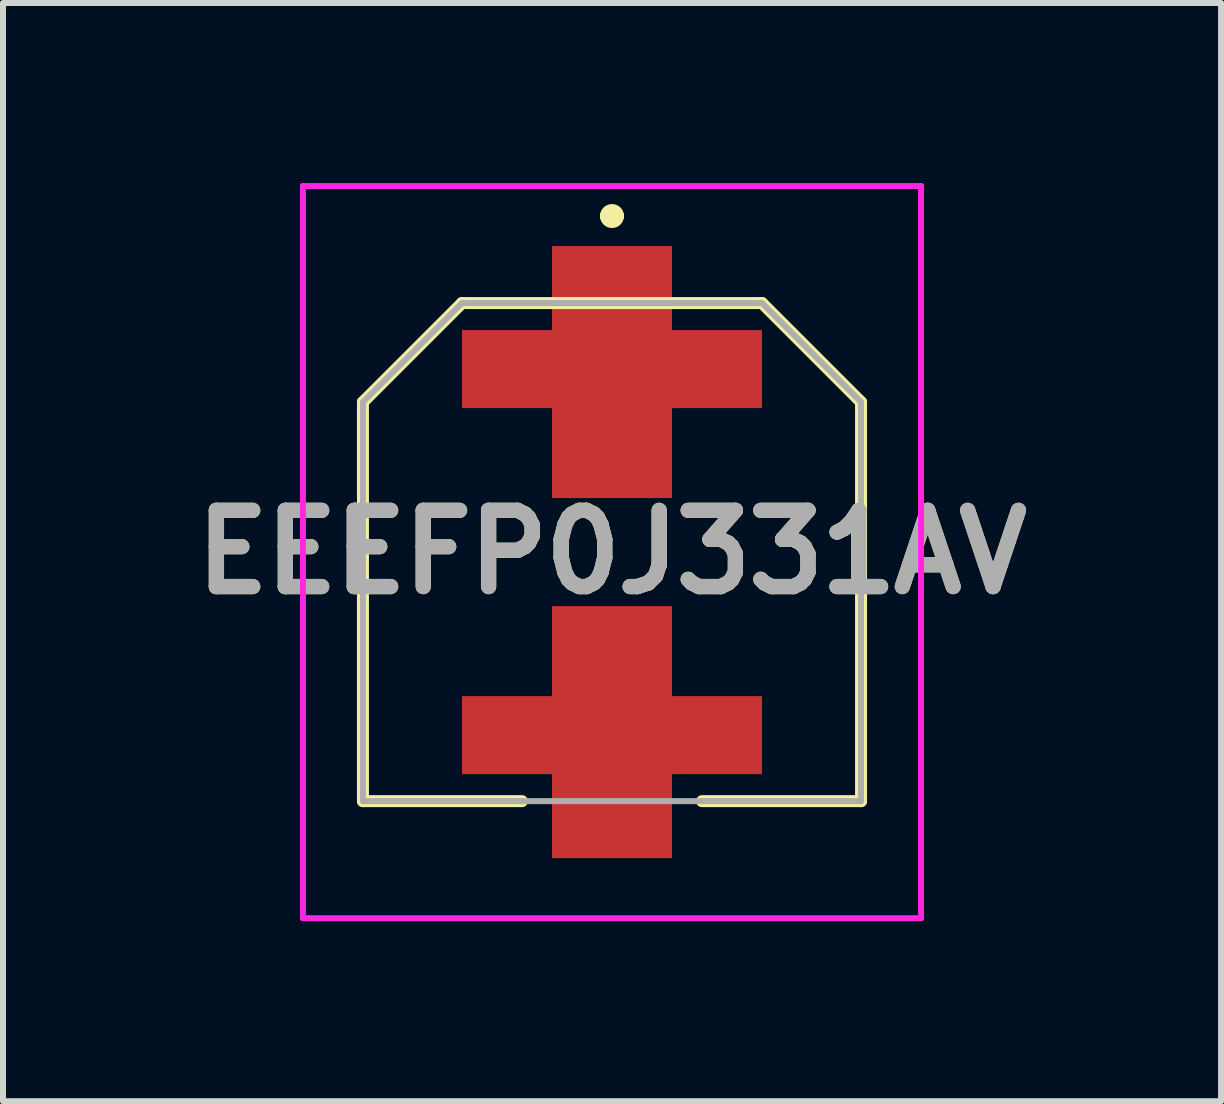
<source format=kicad_pcb>
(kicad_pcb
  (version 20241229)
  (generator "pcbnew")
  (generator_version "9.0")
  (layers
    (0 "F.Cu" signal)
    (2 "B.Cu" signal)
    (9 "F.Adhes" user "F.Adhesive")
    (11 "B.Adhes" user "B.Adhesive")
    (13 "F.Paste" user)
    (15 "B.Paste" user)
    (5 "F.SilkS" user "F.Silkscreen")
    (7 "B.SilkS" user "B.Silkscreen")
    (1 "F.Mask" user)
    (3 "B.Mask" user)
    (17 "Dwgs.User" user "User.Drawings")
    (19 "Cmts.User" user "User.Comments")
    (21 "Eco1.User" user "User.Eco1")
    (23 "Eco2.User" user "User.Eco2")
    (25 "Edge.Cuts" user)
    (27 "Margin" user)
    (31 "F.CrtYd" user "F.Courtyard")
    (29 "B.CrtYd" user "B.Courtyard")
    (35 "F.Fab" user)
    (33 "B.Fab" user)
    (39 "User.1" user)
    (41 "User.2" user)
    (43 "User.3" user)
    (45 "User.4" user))
  (footprint "EEEFP0J331AV"
    (layer "F.Cu")
    (at 7.148 6.15)
    (property "Reference" "EEEFP0J331AV" (at 0 0 0) (layer "F.SilkS") (effects (font (size 1.27 1.27) (thickness 0.254))))
    (attr smd)
    (fp_line (start -4.15 -2.5) (end -2.5 -4.15) (stroke (width 0.2) (type solid)) (layer "F.SilkS"))
    (fp_line (start -4.15 4.15) (end -4.15 -2.5) (stroke (width 0.2) (type solid)) (layer "F.SilkS"))
    (fp_line (start -2.5 -4.15) (end 2.5 -4.15) (stroke (width 0.2) (type solid)) (layer "F.SilkS"))
    (fp_line (start -1.5 4.15) (end -4.15 4.15) (stroke (width 0.2) (type solid)) (layer "F.SilkS"))
    (fp_line (start -0.1 -5.6) (end -0.1 -5.6) (stroke (width 0.2) (type solid)) (layer "F.SilkS"))
    (fp_line (start 0.1 -5.6) (end 0.1 -5.6) (stroke (width 0.2) (type solid)) (layer "F.SilkS"))
    (fp_line (start 2.5 -4.15) (end 4.15 -2.5) (stroke (width 0.2) (type solid)) (layer "F.SilkS"))
    (fp_line (start 4.15 -2.5) (end 4.15 4.15) (stroke (width 0.2) (type solid)) (layer "F.SilkS"))
    (fp_line (start 4.15 4.15) (end 1.5 4.15) (stroke (width 0.2) (type solid)) (layer "F.SilkS"))
    (fp_arc (start -0.1 -5.6) (mid 0 -5.7) (end 0.1 -5.6) (stroke (width 0.2) (type solid)) (layer "F.SilkS"))
    (fp_arc (start 0.1 -5.6) (mid 0 -5.5) (end -0.1 -5.6) (stroke (width 0.2) (type solid)) (layer "F.SilkS"))
    (fp_line (start -5.15 -6.1) (end 5.15 -6.1) (stroke (width 0.1) (type solid)) (layer "F.CrtYd"))
    (fp_line (start -5.15 6.1) (end -5.15 -6.1) (stroke (width 0.1) (type solid)) (layer "F.CrtYd"))
    (fp_line (start 5.15 -6.1) (end 5.15 6.1) (stroke (width 0.1) (type solid)) (layer "F.CrtYd"))
    (fp_line (start 5.15 6.1) (end -5.15 6.1) (stroke (width 0.1) (type solid)) (layer "F.CrtYd"))
    (fp_line (start -4.15 -2.5) (end -4.15 4.15) (stroke (width 0.1) (type solid)) (layer "F.Fab"))
    (fp_line (start -4.15 4.15) (end 4.15 4.15) (stroke (width 0.1) (type solid)) (layer "F.Fab"))
    (fp_line (start -2.5 -4.15) (end -4.15 -2.5) (stroke (width 0.1) (type solid)) (layer "F.Fab"))
    (fp_line (start 2.5 -4.15) (end -2.5 -4.15) (stroke (width 0.1) (type solid)) (layer "F.Fab"))
    (fp_line (start 4.15 -2.5) (end 2.5 -4.15) (stroke (width 0.1) (type solid)) (layer "F.Fab"))
    (fp_line (start 4.15 4.15) (end 4.15 -2.5) (stroke (width 0.1) (type solid)) (layer "F.Fab"))
    (fp_text user "${REFERENCE}" (at 0 0 0) (layer "F.Fab") (effects (font (size 1.27 1.27) (thickness 0.254))))
    (pad "1" smd rect (at 0 -3) (size 2 4.2) (layers "F.Cu" "F.Mask" "F.Paste"))
    (pad "2" smd rect (at 0 3) (size 2 4.2) (layers "F.Cu" "F.Mask" "F.Paste"))
    (pad "3" smd rect (at -1.75 -3.05 90) (size 1.3 1.5) (layers "F.Cu" "F.Mask" "F.Paste"))
    (pad "4" smd rect (at 1.75 -3.05 90) (size 1.3 1.5) (layers "F.Cu" "F.Mask" "F.Paste"))
    (pad "5" smd rect (at -1.75 3.05 90) (size 1.3 1.5) (layers "F.Cu" "F.Mask" "F.Paste"))
    (pad "6" smd rect (at 1.75 3.05 90) (size 1.3 1.5) (layers "F.Cu" "F.Mask" "F.Paste")))
  (gr_rect
    (start -3 -3)
    (end 17.297 15.3)
    (stroke (width 0.1) (type default))
    (fill no)
    (layer "Edge.Cuts")))
</source>
